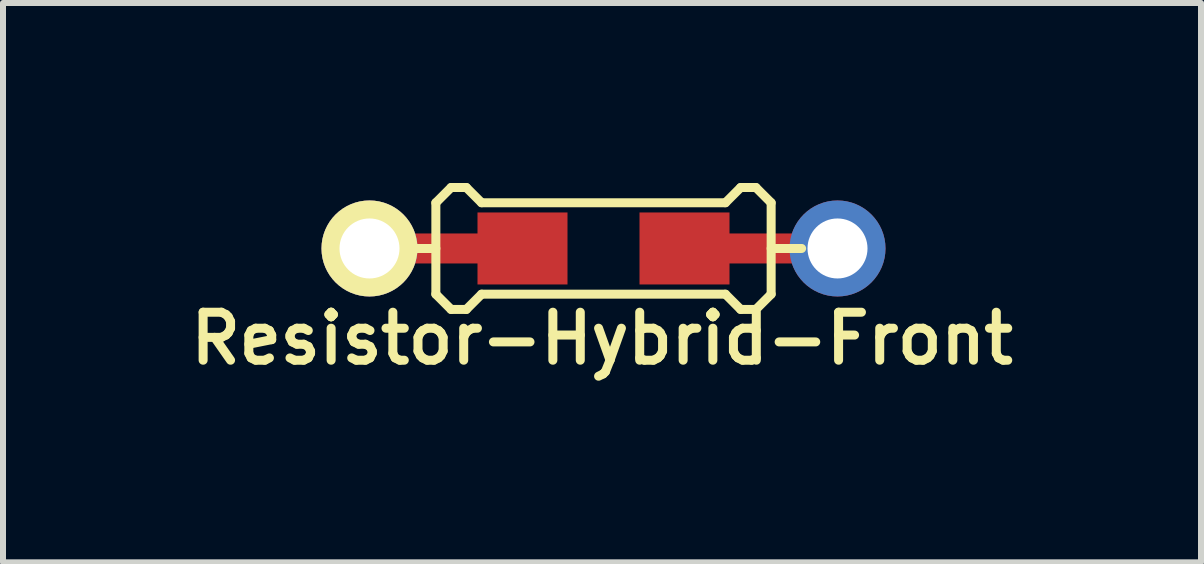
<source format=kicad_pcb>
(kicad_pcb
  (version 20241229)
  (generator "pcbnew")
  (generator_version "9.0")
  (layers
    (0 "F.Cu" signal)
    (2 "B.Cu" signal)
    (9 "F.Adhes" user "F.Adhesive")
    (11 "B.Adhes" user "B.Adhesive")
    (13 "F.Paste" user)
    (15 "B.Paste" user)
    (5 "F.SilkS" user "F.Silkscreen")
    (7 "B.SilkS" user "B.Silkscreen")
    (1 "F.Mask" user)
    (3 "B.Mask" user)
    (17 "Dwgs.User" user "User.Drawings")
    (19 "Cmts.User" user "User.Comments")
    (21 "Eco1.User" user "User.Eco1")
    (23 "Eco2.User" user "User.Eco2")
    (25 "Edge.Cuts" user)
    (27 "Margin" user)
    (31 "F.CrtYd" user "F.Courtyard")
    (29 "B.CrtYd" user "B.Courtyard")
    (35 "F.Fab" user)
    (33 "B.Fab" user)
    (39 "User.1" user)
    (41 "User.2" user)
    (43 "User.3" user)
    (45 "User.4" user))
  (footprint "Resistor-Hybrid-Front"
    (layer "F.Cu")
    (at 7.008 1.091)
    (property "Reference" "Resistor-Hybrid-Front" (at -0.025 1.5 0) (layer "F.SilkS") (effects (font (size 0.8 0.8) (thickness 0.15))))
    (attr smd)
    (fp_line (start -3.302 0) (end -2.794 0) (stroke (width 0.15) (type solid)) (layer "F.SilkS"))
    (fp_line (start -2.794 -0.762) (end -2.54 -1.016) (stroke (width 0.15) (type solid)) (layer "F.SilkS"))
    (fp_line (start -2.794 0.762) (end -2.794 -0.762) (stroke (width 0.15) (type solid)) (layer "F.SilkS"))
    (fp_line (start -2.54 -1.016) (end -2.286 -1.016) (stroke (width 0.15) (type solid)) (layer "F.SilkS"))
    (fp_line (start -2.54 1.016) (end -2.794 0.762) (stroke (width 0.15) (type solid)) (layer "F.SilkS"))
    (fp_line (start -2.286 -1.016) (end -2.032 -0.762) (stroke (width 0.15) (type solid)) (layer "F.SilkS"))
    (fp_line (start -2.286 1.016) (end -2.54 1.016) (stroke (width 0.15) (type solid)) (layer "F.SilkS"))
    (fp_line (start -2.032 -0.762) (end 2.032 -0.762) (stroke (width 0.15) (type solid)) (layer "F.SilkS"))
    (fp_line (start -2.032 0.762) (end -2.286 1.016) (stroke (width 0.15) (type solid)) (layer "F.SilkS"))
    (fp_line (start 2.032 -0.762) (end 2.286 -1.016) (stroke (width 0.15) (type solid)) (layer "F.SilkS"))
    (fp_line (start 2.032 0.762) (end -2.032 0.762) (stroke (width 0.15) (type solid)) (layer "F.SilkS"))
    (fp_line (start 2.286 -1.016) (end 2.54 -1.016) (stroke (width 0.15) (type solid)) (layer "F.SilkS"))
    (fp_line (start 2.286 1.016) (end 2.032 0.762) (stroke (width 0.15) (type solid)) (layer "F.SilkS"))
    (fp_line (start 2.54 -1.016) (end 2.794 -0.762) (stroke (width 0.15) (type solid)) (layer "F.SilkS"))
    (fp_line (start 2.54 1.016) (end 2.286 1.016) (stroke (width 0.15) (type solid)) (layer "F.SilkS"))
    (fp_line (start 2.794 -0.762) (end 2.794 0.762) (stroke (width 0.15) (type solid)) (layer "F.SilkS"))
    (fp_line (start 2.794 0) (end 3.302 0) (stroke (width 0.15) (type solid)) (layer "F.SilkS"))
    (fp_line (start 2.794 0.762) (end 2.54 1.016) (stroke (width 0.15) (type solid)) (layer "F.SilkS"))
    (pad "1" smd rect (at 1.35 0) (size 1.5 1.2) (layers "F.Cu" "F.Mask" "F.Paste"))
    (pad "1" smd rect (at 2.5 0) (size 2.9 0.5) (layers "F.Cu"))
    (pad "1" thru_hole circle (at 3.9 0) (size 1.6 1.6) (drill 1) (layers "*.Cu" "*.Mask"))
    (pad "2" thru_hole circle (at -3.9 0) (size 1.6 1.6) (drill 1) (layers "*.Cu" "*.Mask" "F.SilkS"))
    (pad "2" smd rect (at -2.5 0) (size 2.9 0.5) (layers "F.Cu"))
    (pad "2" smd rect (at -1.35 0) (size 1.5 1.2) (layers "F.Cu" "F.Mask" "F.Paste")))
  (gr_rect
    (start -3 -3)
    (end 16.966 6.322)
    (stroke (width 0.1) (type default))
    (fill no)
    (layer "Edge.Cuts")))
</source>
